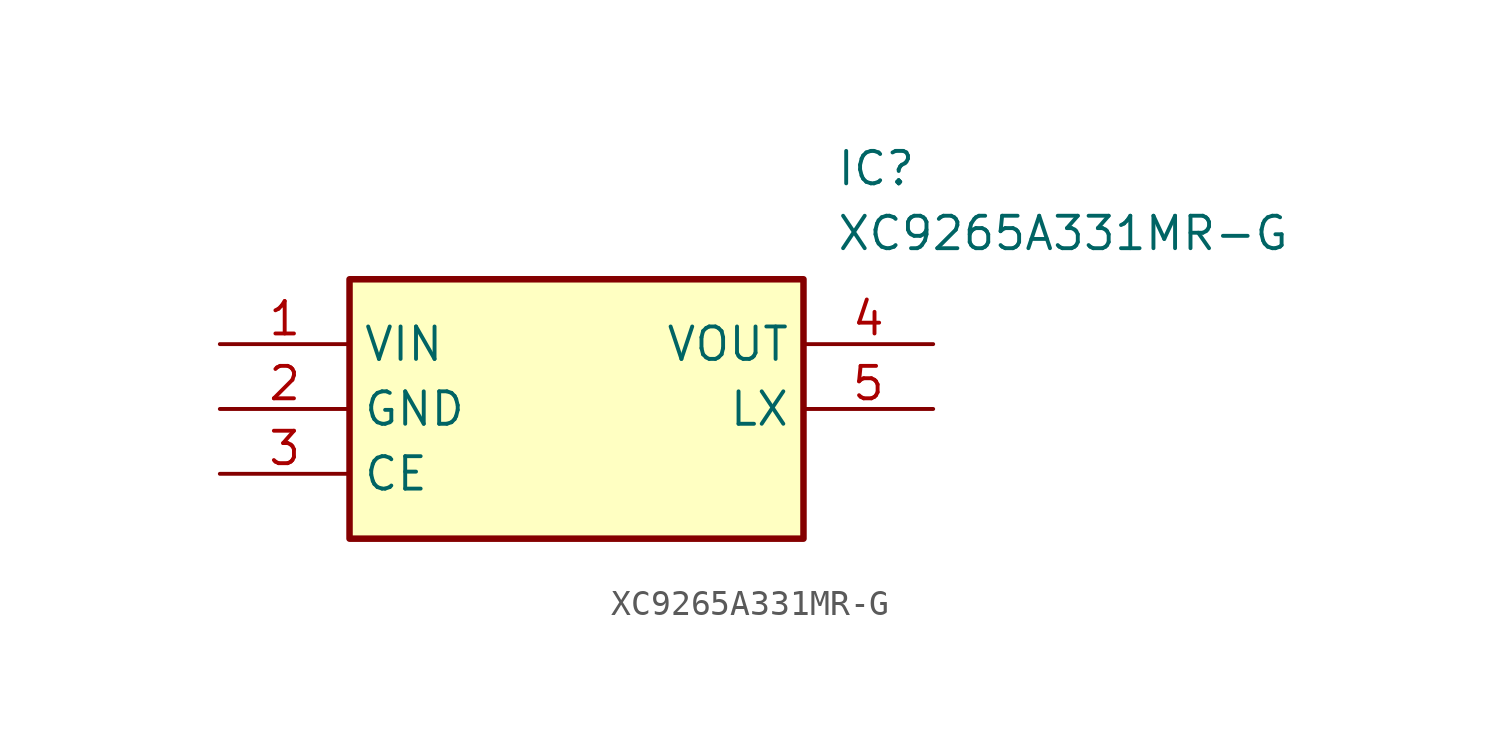
<source format=kicad_sym>
(kicad_symbol_lib
  (version 20211014)
  (generator SamacSys_ECAD_Model)
  (symbol "XC9265A331MR-G"
    (property "Reference" "IC"
      (at 24.13 7.62 0)
      (effects (font (size 1.27 1.27)) (justify left top)))
    (property "Value" "XC9265A331MR-G"
      (at 24.13 5.08 0)
      (effects (font (size 1.27 1.27)) (justify left top)))
    (rectangle
      (start 5.08 2.54)
      (end 22.86 -7.62)
      (stroke (width 0.254) (type default))
      (fill (type background)))
    (pin passive line
      (at 0 0 0)
      (length 5.08)
      (name "VIN" (effects (font (size 1.27 1.27))))
      (number "1" (effects (font (size 1.27 1.27)))))
    (pin passive line
      (at 0 -2.54 0)
      (length 5.08)
      (name "GND" (effects (font (size 1.27 1.27))))
      (number "2" (effects (font (size 1.27 1.27)))))
    (pin passive line
      (at 0 -5.08 0)
      (length 5.08)
      (name "CE" (effects (font (size 1.27 1.27))))
      (number "3" (effects (font (size 1.27 1.27)))))
    (pin passive line
      (at 27.94 0 180)
      (length 5.08)
      (name "VOUT" (effects (font (size 1.27 1.27))))
      (number "4" (effects (font (size 1.27 1.27)))))
    (pin passive line
      (at 27.94 -2.54 180)
      (length 5.08)
      (name "LX" (effects (font (size 1.27 1.27))))
      (number "5" (effects (font (size 1.27 1.27)))))))
</source>
